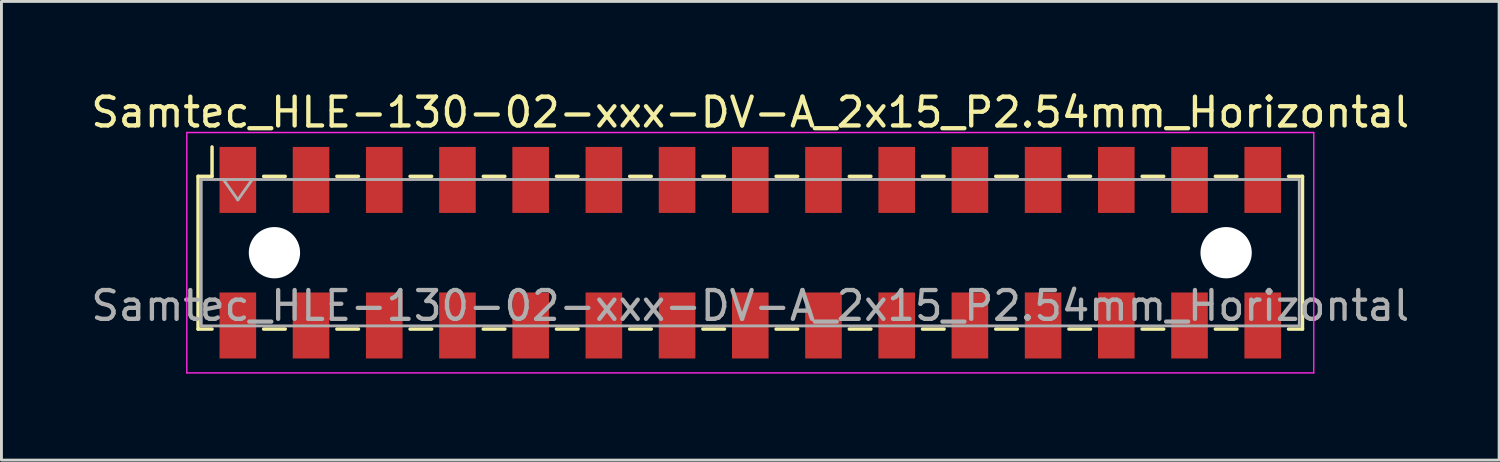
<source format=kicad_pcb>
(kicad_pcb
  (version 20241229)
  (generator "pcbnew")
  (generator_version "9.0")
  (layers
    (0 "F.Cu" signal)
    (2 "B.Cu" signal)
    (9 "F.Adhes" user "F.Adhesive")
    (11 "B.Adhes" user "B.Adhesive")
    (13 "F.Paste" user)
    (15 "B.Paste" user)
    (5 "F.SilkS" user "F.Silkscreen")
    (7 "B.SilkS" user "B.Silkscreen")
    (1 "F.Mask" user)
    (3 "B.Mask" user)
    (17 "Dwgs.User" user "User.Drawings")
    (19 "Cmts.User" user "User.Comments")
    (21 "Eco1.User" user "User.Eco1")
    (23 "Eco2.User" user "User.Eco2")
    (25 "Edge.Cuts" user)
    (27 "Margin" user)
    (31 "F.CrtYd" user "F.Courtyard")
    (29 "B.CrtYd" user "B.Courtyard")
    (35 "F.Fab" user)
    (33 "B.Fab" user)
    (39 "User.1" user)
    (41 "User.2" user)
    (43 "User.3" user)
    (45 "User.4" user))
  (footprint "Samtec_HLE-130-02-xxx-DV-A_2x15_P2.54mm_Horizontal"
    (layer "F.Cu")
    (at 22.982 5.718)
    (property "Reference" "Samtec_HLE-130-02-xxx-DV-A_2x15_P2.54mm_Horizontal" (at 0 -4.87 0) (layer "F.SilkS") (effects (font (size 1 1) (thickness 0.15))))
    (attr smd)
    (fp_line (start -19.16 -2.65) (end -19.16 2.65) (stroke (width 0.12) (type solid)) (layer "F.SilkS"))
    (fp_line (start -19.16 2.65) (end -18.675 2.65) (stroke (width 0.12) (type solid)) (layer "F.SilkS"))
    (fp_line (start -18.675 -3.67) (end -18.675 -2.65) (stroke (width 0.12) (type solid)) (layer "F.SilkS"))
    (fp_line (start -18.675 -2.65) (end -19.16 -2.65) (stroke (width 0.12) (type solid)) (layer "F.SilkS"))
    (fp_line (start -16.885 -2.65) (end -16.135 -2.65) (stroke (width 0.12) (type solid)) (layer "F.SilkS"))
    (fp_line (start -16.885 2.65) (end -16.135 2.65) (stroke (width 0.12) (type solid)) (layer "F.SilkS"))
    (fp_line (start -14.345 -2.65) (end -13.595 -2.65) (stroke (width 0.12) (type solid)) (layer "F.SilkS"))
    (fp_line (start -14.345 2.65) (end -13.595 2.65) (stroke (width 0.12) (type solid)) (layer "F.SilkS"))
    (fp_line (start -11.805 -2.65) (end -11.055 -2.65) (stroke (width 0.12) (type solid)) (layer "F.SilkS"))
    (fp_line (start -11.805 2.65) (end -11.055 2.65) (stroke (width 0.12) (type solid)) (layer "F.SilkS"))
    (fp_line (start -9.265 -2.65) (end -8.515 -2.65) (stroke (width 0.12) (type solid)) (layer "F.SilkS"))
    (fp_line (start -9.265 2.65) (end -8.515 2.65) (stroke (width 0.12) (type solid)) (layer "F.SilkS"))
    (fp_line (start -6.725 -2.65) (end -5.975 -2.65) (stroke (width 0.12) (type solid)) (layer "F.SilkS"))
    (fp_line (start -6.725 2.65) (end -5.975 2.65) (stroke (width 0.12) (type solid)) (layer "F.SilkS"))
    (fp_line (start -4.185 -2.65) (end -3.435 -2.65) (stroke (width 0.12) (type solid)) (layer "F.SilkS"))
    (fp_line (start -4.185 2.65) (end -3.435 2.65) (stroke (width 0.12) (type solid)) (layer "F.SilkS"))
    (fp_line (start -1.645 -2.65) (end -0.895 -2.65) (stroke (width 0.12) (type solid)) (layer "F.SilkS"))
    (fp_line (start -1.645 2.65) (end -0.895 2.65) (stroke (width 0.12) (type solid)) (layer "F.SilkS"))
    (fp_line (start 0.895 -2.65) (end 1.645 -2.65) (stroke (width 0.12) (type solid)) (layer "F.SilkS"))
    (fp_line (start 0.895 2.65) (end 1.645 2.65) (stroke (width 0.12) (type solid)) (layer "F.SilkS"))
    (fp_line (start 3.435 -2.65) (end 4.185 -2.65) (stroke (width 0.12) (type solid)) (layer "F.SilkS"))
    (fp_line (start 3.435 2.65) (end 4.185 2.65) (stroke (width 0.12) (type solid)) (layer "F.SilkS"))
    (fp_line (start 5.975 -2.65) (end 6.725 -2.65) (stroke (width 0.12) (type solid)) (layer "F.SilkS"))
    (fp_line (start 5.975 2.65) (end 6.725 2.65) (stroke (width 0.12) (type solid)) (layer "F.SilkS"))
    (fp_line (start 8.515 -2.65) (end 9.265 -2.65) (stroke (width 0.12) (type solid)) (layer "F.SilkS"))
    (fp_line (start 8.515 2.65) (end 9.265 2.65) (stroke (width 0.12) (type solid)) (layer "F.SilkS"))
    (fp_line (start 11.055 -2.65) (end 11.805 -2.65) (stroke (width 0.12) (type solid)) (layer "F.SilkS"))
    (fp_line (start 11.055 2.65) (end 11.805 2.65) (stroke (width 0.12) (type solid)) (layer "F.SilkS"))
    (fp_line (start 13.595 -2.65) (end 14.345 -2.65) (stroke (width 0.12) (type solid)) (layer "F.SilkS"))
    (fp_line (start 13.595 2.65) (end 14.345 2.65) (stroke (width 0.12) (type solid)) (layer "F.SilkS"))
    (fp_line (start 16.135 -2.65) (end 16.885 -2.65) (stroke (width 0.12) (type solid)) (layer "F.SilkS"))
    (fp_line (start 16.135 2.65) (end 16.885 2.65) (stroke (width 0.12) (type solid)) (layer "F.SilkS"))
    (fp_line (start 18.675 -2.65) (end 19.16 -2.65) (stroke (width 0.12) (type solid)) (layer "F.SilkS"))
    (fp_line (start 19.16 -2.65) (end 19.16 2.65) (stroke (width 0.12) (type solid)) (layer "F.SilkS"))
    (fp_line (start 19.16 2.65) (end 18.675 2.65) (stroke (width 0.12) (type solid)) (layer "F.SilkS"))
    (fp_line (start -19.55 -4.17) (end 19.55 -4.17) (stroke (width 0.05) (type solid)) (layer "F.CrtYd"))
    (fp_line (start -19.55 4.17) (end -19.55 -4.17) (stroke (width 0.05) (type solid)) (layer "F.CrtYd"))
    (fp_line (start 19.55 -4.17) (end 19.55 4.17) (stroke (width 0.05) (type solid)) (layer "F.CrtYd"))
    (fp_line (start 19.55 4.17) (end -19.55 4.17) (stroke (width 0.05) (type solid)) (layer "F.CrtYd"))
    (fp_line (start -19.05 -2.54) (end 19.05 -2.54) (stroke (width 0.1) (type solid)) (layer "F.Fab"))
    (fp_line (start -19.05 2.54) (end -19.05 -2.54) (stroke (width 0.1) (type solid)) (layer "F.Fab"))
    (fp_line (start -18.28 -2.54) (end -17.78 -1.833) (stroke (width 0.1) (type solid)) (layer "F.Fab"))
    (fp_line (start -17.78 -1.833) (end -17.28 -2.54) (stroke (width 0.1) (type solid)) (layer "F.Fab"))
    (fp_line (start 19.05 -2.54) (end 19.05 2.54) (stroke (width 0.1) (type solid)) (layer "F.Fab"))
    (fp_line (start 19.05 2.54) (end -19.05 2.54) (stroke (width 0.1) (type solid)) (layer "F.Fab"))
    (fp_text user "${REFERENCE}" (at 0 1.84 0) (layer "F.Fab") (effects (font (size 1 1) (thickness 0.15))))
    (pad "" np_thru_hole circle (at -16.51 0) (size 1.78 1.78) (drill 1.78) (layers "*.Cu" "*.Mask"))
    (pad "" np_thru_hole circle (at 16.51 0) (size 1.78 1.78) (drill 1.78) (layers "*.Cu" "*.Mask"))
    (pad "1" smd rect (at -17.78 -2.525) (size 1.27 2.29) (layers "F.Cu" "F.Mask" "F.Paste"))
    (pad "2" smd rect (at -17.78 2.525) (size 1.27 2.29) (layers "F.Cu" "F.Mask" "F.Paste"))
    (pad "3" smd rect (at -15.24 -2.525) (size 1.27 2.29) (layers "F.Cu" "F.Mask" "F.Paste"))
    (pad "4" smd rect (at -15.24 2.525) (size 1.27 2.29) (layers "F.Cu" "F.Mask" "F.Paste"))
    (pad "5" smd rect (at -12.7 -2.525) (size 1.27 2.29) (layers "F.Cu" "F.Mask" "F.Paste"))
    (pad "6" smd rect (at -12.7 2.525) (size 1.27 2.29) (layers "F.Cu" "F.Mask" "F.Paste"))
    (pad "7" smd rect (at -10.16 -2.525) (size 1.27 2.29) (layers "F.Cu" "F.Mask" "F.Paste"))
    (pad "8" smd rect (at -10.16 2.525) (size 1.27 2.29) (layers "F.Cu" "F.Mask" "F.Paste"))
    (pad "9" smd rect (at -7.62 -2.525) (size 1.27 2.29) (layers "F.Cu" "F.Mask" "F.Paste"))
    (pad "10" smd rect (at -7.62 2.525) (size 1.27 2.29) (layers "F.Cu" "F.Mask" "F.Paste"))
    (pad "11" smd rect (at -5.08 -2.525) (size 1.27 2.29) (layers "F.Cu" "F.Mask" "F.Paste"))
    (pad "12" smd rect (at -5.08 2.525) (size 1.27 2.29) (layers "F.Cu" "F.Mask" "F.Paste"))
    (pad "13" smd rect (at -2.54 -2.525) (size 1.27 2.29) (layers "F.Cu" "F.Mask" "F.Paste"))
    (pad "14" smd rect (at -2.54 2.525) (size 1.27 2.29) (layers "F.Cu" "F.Mask" "F.Paste"))
    (pad "15" smd rect (at 0 -2.525) (size 1.27 2.29) (layers "F.Cu" "F.Mask" "F.Paste"))
    (pad "16" smd rect (at 0 2.525) (size 1.27 2.29) (layers "F.Cu" "F.Mask" "F.Paste"))
    (pad "17" smd rect (at 2.54 -2.525) (size 1.27 2.29) (layers "F.Cu" "F.Mask" "F.Paste"))
    (pad "18" smd rect (at 2.54 2.525) (size 1.27 2.29) (layers "F.Cu" "F.Mask" "F.Paste"))
    (pad "19" smd rect (at 5.08 -2.525) (size 1.27 2.29) (layers "F.Cu" "F.Mask" "F.Paste"))
    (pad "20" smd rect (at 5.08 2.525) (size 1.27 2.29) (layers "F.Cu" "F.Mask" "F.Paste"))
    (pad "21" smd rect (at 7.62 -2.525) (size 1.27 2.29) (layers "F.Cu" "F.Mask" "F.Paste"))
    (pad "22" smd rect (at 7.62 2.525) (size 1.27 2.29) (layers "F.Cu" "F.Mask" "F.Paste"))
    (pad "23" smd rect (at 10.16 -2.525) (size 1.27 2.29) (layers "F.Cu" "F.Mask" "F.Paste"))
    (pad "24" smd rect (at 10.16 2.525) (size 1.27 2.29) (layers "F.Cu" "F.Mask" "F.Paste"))
    (pad "25" smd rect (at 12.7 -2.525) (size 1.27 2.29) (layers "F.Cu" "F.Mask" "F.Paste"))
    (pad "26" smd rect (at 12.7 2.525) (size 1.27 2.29) (layers "F.Cu" "F.Mask" "F.Paste"))
    (pad "27" smd rect (at 15.24 -2.525) (size 1.27 2.29) (layers "F.Cu" "F.Mask" "F.Paste"))
    (pad "28" smd rect (at 15.24 2.525) (size 1.27 2.29) (layers "F.Cu" "F.Mask" "F.Paste"))
    (pad "29" smd rect (at 17.78 -2.525) (size 1.27 2.29) (layers "F.Cu" "F.Mask" "F.Paste"))
    (pad "30" smd rect (at 17.78 2.525) (size 1.27 2.29) (layers "F.Cu" "F.Mask" "F.Paste")))
  (gr_rect
    (start -3 -3)
    (end 48.964 12.913)
    (stroke (width 0.1) (type default))
    (fill no)
    (layer "Edge.Cuts")))
</source>
